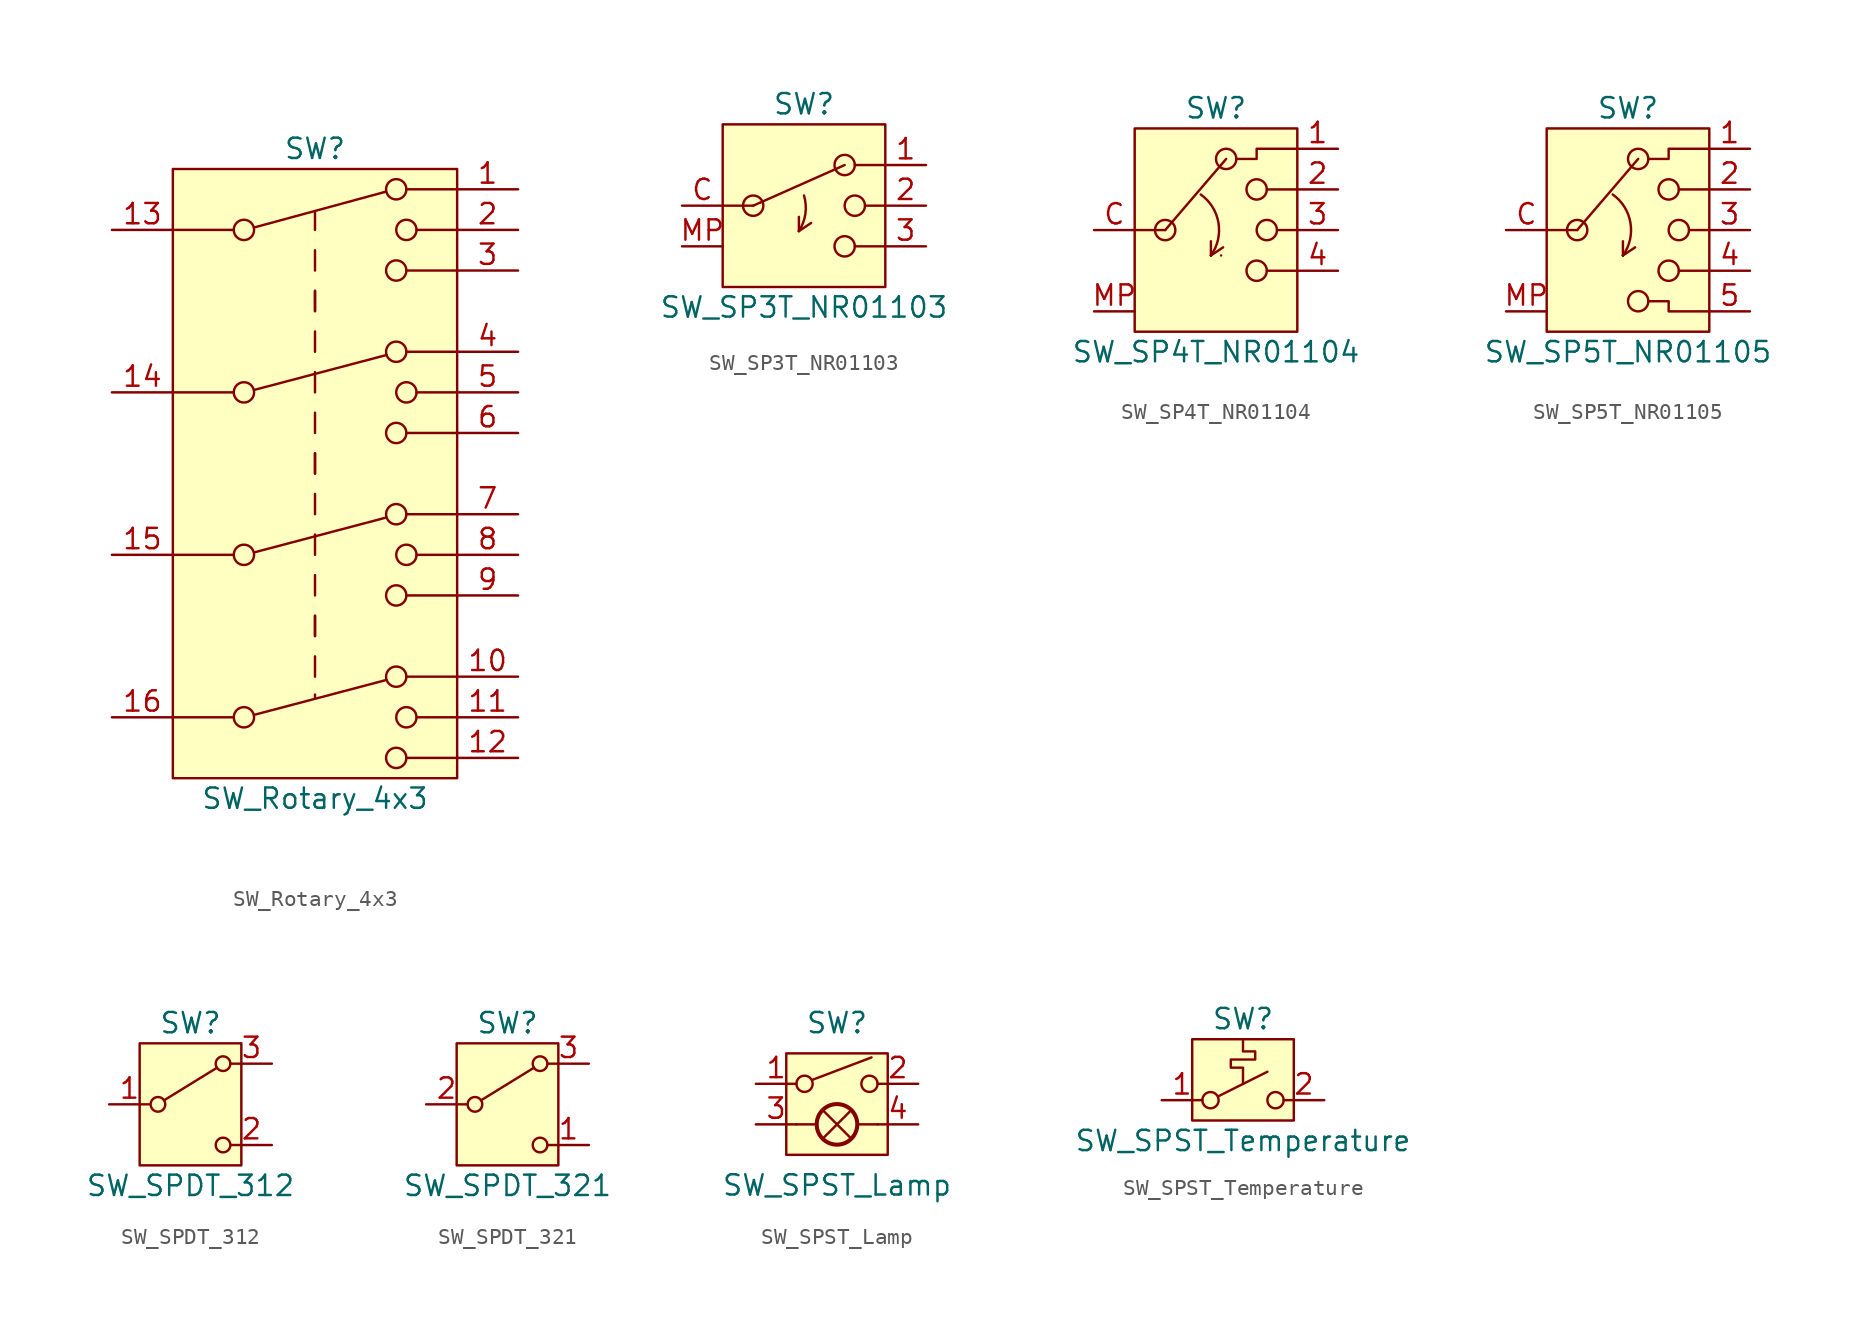
<source format=kicad_sym>
(kicad_symbol_lib
  (version 20220914)
  (generator kicad_symbol_editor)
  (symbol "SW_Rotary_4x3"
    (pin_names
      (offset 1.016) hide)
    (property "Reference" "SW"
      (at 0 20.32 0)
      (effects (font (size 1.27 1.27))))
    (property "Value" "SW_Rotary_4x3"
      (at 0 -20.32 0)
      (effects (font (size 1.27 1.27))))
    (symbol "SW_Rotary_4x3_0_0"
      (circle (center -4.445 -15.24) (radius 0.635) (stroke (width 0) (type default)) (fill (type none)))
      (circle (center -4.445 -5.08) (radius 0.635) (stroke (width 0) (type default)) (fill (type none)))
      (circle (center -4.445 5.08) (radius 0.635) (stroke (width 0) (type default)) (fill (type none)))
      (circle (center -4.445 15.24) (radius 0.635) (stroke (width 0) (type default)) (fill (type none)))
      (polyline (pts (xy -3.81 -15.088) (xy 4.47 -12.903)) (stroke (width 0) (type default)) (fill (type none)))
      (polyline (pts (xy -3.81 -4.928) (xy 4.47 -2.743)) (stroke (width 0) (type default)) (fill (type none)))
      (polyline (pts (xy -3.81 5.232) (xy 4.47 7.417)) (stroke (width 0) (type default)) (fill (type none)))
      (polyline (pts (xy -3.81 15.392) (xy 4.42 17.628)) (stroke (width 0) (type default)) (fill (type none)))
      (polyline (pts (xy 0 -14.072) (xy 0 -13.818)) (stroke (width 0) (type default)) (fill (type none)))
      (polyline (pts (xy 0 -12.7) (xy 0 -11.43)) (stroke (width 0) (type default)) (fill (type none)))
      (polyline (pts (xy 0 -10.16) (xy 0 -8.89)) (stroke (width 0) (type default)) (fill (type none)))
      (polyline (pts (xy 0 -10.16) (xy 0 -8.89)) (stroke (width 0) (type default)) (fill (type none)))
      (polyline (pts (xy 0 -7.62) (xy 0 -6.35)) (stroke (width 0) (type default)) (fill (type none)))
      (polyline (pts (xy 0 -5.08) (xy 0 -3.81)) (stroke (width 0) (type default)) (fill (type none)))
      (polyline (pts (xy 0 -2.54) (xy 0 -1.27)) (stroke (width 0) (type default)) (fill (type none)))
      (polyline (pts (xy 0 0) (xy 0 1.27)) (stroke (width 0) (type default)) (fill (type none)))
      (polyline (pts (xy 0 0) (xy 0 1.27)) (stroke (width 0) (type default)) (fill (type none)))
      (polyline (pts (xy 0 2.54) (xy 0 3.81)) (stroke (width 0) (type default)) (fill (type none)))
      (polyline (pts (xy 0 5.08) (xy 0 6.35)) (stroke (width 0) (type default)) (fill (type none)))
      (polyline (pts (xy 0 7.62) (xy 0 8.89)) (stroke (width 0) (type default)) (fill (type none)))
      (polyline (pts (xy 0 10.16) (xy 0 11.43)) (stroke (width 0) (type default)) (fill (type none)))
      (polyline (pts (xy 0 10.16) (xy 0 11.43)) (stroke (width 0) (type default)) (fill (type none)))
      (polyline (pts (xy 0 12.7) (xy 0 13.97)) (stroke (width 0) (type default)) (fill (type none)))
      (polyline (pts (xy 0 15.24) (xy 0 16.408)) (stroke (width 0) (type default)) (fill (type none)))
      (polyline (pts (xy 5.715 -17.78) (xy 8.89 -17.78)) (stroke (width 0) (type default)) (fill (type none)))
      (polyline (pts (xy 5.715 -12.7) (xy 8.89 -12.7)) (stroke (width 0) (type default)) (fill (type none)))
      (polyline (pts (xy 5.715 -7.62) (xy 8.89 -7.62)) (stroke (width 0) (type default)) (fill (type none)))
      (polyline (pts (xy 5.715 -2.54) (xy 8.89 -2.54)) (stroke (width 0) (type default)) (fill (type none)))
      (polyline (pts (xy 5.715 2.54) (xy 8.89 2.54)) (stroke (width 0) (type default)) (fill (type none)))
      (polyline (pts (xy 5.715 7.62) (xy 8.89 7.62)) (stroke (width 0) (type default)) (fill (type none)))
      (polyline (pts (xy 5.715 12.7) (xy 8.89 12.7)) (stroke (width 0) (type default)) (fill (type none)))
      (polyline (pts (xy 5.715 17.78) (xy 8.89 17.78)) (stroke (width 0) (type default)) (fill (type none)))
      (polyline (pts (xy 6.35 -15.24) (xy 8.89 -15.24)) (stroke (width 0) (type default)) (fill (type none)))
      (polyline (pts (xy 6.35 -5.08) (xy 8.89 -5.08)) (stroke (width 0) (type default)) (fill (type none)))
      (polyline (pts (xy 6.35 5.08) (xy 8.89 5.08)) (stroke (width 0) (type default)) (fill (type none)))
      (polyline (pts (xy 6.35 15.24) (xy 8.89 15.24)) (stroke (width 0) (type default)) (fill (type none)))
      (circle (center 5.08 -17.78) (radius 0.635) (stroke (width 0) (type default)) (fill (type none)))
      (circle (center 5.08 -12.7) (radius 0.635) (stroke (width 0) (type default)) (fill (type none)))
      (circle (center 5.08 -7.62) (radius 0.635) (stroke (width 0) (type default)) (fill (type none)))
      (circle (center 5.08 -2.54) (radius 0.635) (stroke (width 0) (type default)) (fill (type none)))
      (circle (center 5.08 2.54) (radius 0.635) (stroke (width 0) (type default)) (fill (type none)))
      (circle (center 5.08 7.62) (radius 0.635) (stroke (width 0) (type default)) (fill (type none)))
      (circle (center 5.08 12.7) (radius 0.635) (stroke (width 0) (type default)) (fill (type none)))
      (circle (center 5.08 17.78) (radius 0.635) (stroke (width 0) (type default)) (fill (type none)))
      (circle (center 5.715 -15.24) (radius 0.635) (stroke (width 0) (type default)) (fill (type none)))
      (circle (center 5.715 -5.08) (radius 0.635) (stroke (width 0) (type default)) (fill (type none)))
      (circle (center 5.715 5.08) (radius 0.635) (stroke (width 0) (type default)) (fill (type none)))
      (circle (center 5.715 15.24) (radius 0.635) (stroke (width 0) (type default)) (fill (type none))))
    (symbol "SW_Rotary_4x3_0_1"
      (polyline (pts (xy -5.08 -15.24) (xy -8.89 -15.24)) (stroke (width 0) (type default)) (fill (type none)))
      (polyline (pts (xy -5.08 -5.08) (xy -8.89 -5.08)) (stroke (width 0) (type default)) (fill (type none)))
      (polyline (pts (xy -5.08 5.08) (xy -8.89 5.08)) (stroke (width 0) (type default)) (fill (type none)))
      (polyline (pts (xy -5.08 15.24) (xy -8.89 15.24)) (stroke (width 0) (type default)) (fill (type none))))
    (symbol "SW_Rotary_4x3_1_1"
      (rectangle (start -8.89 19.05) (end 8.89 -19.05) (stroke (width 0) (type default)) (fill (type background)))
      (pin passive line (at 12.7 17.78 180) (length 3.81) (name "1" (effects (font (size 1.27 1.27)))) (number "1" (effects (font (size 1.27 1.27)))))
      (pin passive line (at 12.7 -12.7 180) (length 3.81) (name "10" (effects (font (size 1.27 1.27)))) (number "10" (effects (font (size 1.27 1.27)))))
      (pin passive line (at 12.7 -15.24 180) (length 3.81) (name "11" (effects (font (size 1.27 1.27)))) (number "11" (effects (font (size 1.27 1.27)))))
      (pin passive line (at 12.7 -17.78 180) (length 3.81) (name "12" (effects (font (size 1.27 1.27)))) (number "12" (effects (font (size 1.27 1.27)))))
      (pin passive line (at -12.7 15.24 0) (length 3.81) (name "13" (effects (font (size 1.27 1.27)))) (number "13" (effects (font (size 1.27 1.27)))))
      (pin passive line (at -12.7 5.08 0) (length 3.81) (name "14" (effects (font (size 1.27 1.27)))) (number "14" (effects (font (size 1.27 1.27)))))
      (pin passive line (at -12.7 -5.08 0) (length 3.81) (name "15" (effects (font (size 1.27 1.27)))) (number "15" (effects (font (size 1.27 1.27)))))
      (pin passive line (at -12.7 -15.24 0) (length 3.81) (name "16" (effects (font (size 1.27 1.27)))) (number "16" (effects (font (size 1.27 1.27)))))
      (pin passive line (at 12.7 15.24 180) (length 3.81) (name "2" (effects (font (size 1.27 1.27)))) (number "2" (effects (font (size 1.27 1.27)))))
      (pin passive line (at 12.7 12.7 180) (length 3.81) (name "3" (effects (font (size 1.27 1.27)))) (number "3" (effects (font (size 1.27 1.27)))))
      (pin passive line (at 12.7 7.62 180) (length 3.81) (name "4" (effects (font (size 1.27 1.27)))) (number "4" (effects (font (size 1.27 1.27)))))
      (pin passive line (at 12.7 5.08 180) (length 3.81) (name "5" (effects (font (size 1.27 1.27)))) (number "5" (effects (font (size 1.27 1.27)))))
      (pin passive line (at 12.7 2.54 180) (length 3.81) (name "6" (effects (font (size 1.27 1.27)))) (number "6" (effects (font (size 1.27 1.27)))))
      (pin passive line (at 12.7 -2.54 180) (length 3.81) (name "7" (effects (font (size 1.27 1.27)))) (number "7" (effects (font (size 1.27 1.27)))))
      (pin passive line (at 12.7 -5.08 180) (length 3.81) (name "8" (effects (font (size 1.27 1.27)))) (number "8" (effects (font (size 1.27 1.27)))))
      (pin passive line (at 12.7 -7.62 180) (length 3.81) (name "9" (effects (font (size 1.27 1.27)))) (number "9" (effects (font (size 1.27 1.27)))))))
  (symbol "SW_SP3T_NR01103"
    (pin_names hide)
    (property "Reference" "SW"
      (at 0 6.35 0)
      (effects (font (size 1.27 1.27))))
    (property "Value" "SW_SP3T_NR01103"
      (at 0 -6.35 0)
      (effects (font (size 1.27 1.27))))
    (symbol "SW_SP3T_NR01103_0_1"
      (circle (center -3.175 0) (radius 0.635) (stroke (width 0) (type default)) (fill (type none)))
      (arc (start -0.3176 -1.5875) (mid 0.0861 -0.5113) (end 0 0.635) (stroke (width 0) (type default)) (fill (type none)))
      (polyline (pts (xy -5.08 0) (xy -3.175 0)) (stroke (width 0) (type default)) (fill (type none)))
      (polyline (pts (xy -3.175 0) (xy 2.54 2.54)) (stroke (width 0) (type default)) (fill (type none)))
      (polyline (pts (xy -0.318 -1.587) (xy -0.318 -1.587)) (stroke (width 0) (type default)) (fill (type none)))
      (polyline (pts (xy -0.318 -1.587) (xy -0.318 -0.699)) (stroke (width 0) (type default)) (fill (type none)))
      (polyline (pts (xy -0.318 -1.587) (xy 0.444 -1.079)) (stroke (width 0) (type default)) (fill (type none)))
      (polyline (pts (xy 5.08 -2.54) (xy 3.175 -2.54)) (stroke (width 0) (type default)) (fill (type none)))
      (polyline (pts (xy 5.08 0) (xy 3.81 0)) (stroke (width 0) (type default)) (fill (type none)))
      (polyline (pts (xy 5.08 2.54) (xy 3.175 2.54)) (stroke (width 0) (type default)) (fill (type none)))
      (circle (center 2.54 -2.54) (radius 0.635) (stroke (width 0) (type default)) (fill (type none)))
      (circle (center 2.54 2.54) (radius 0.635) (stroke (width 0) (type default)) (fill (type none)))
      (circle (center 3.175 0) (radius 0.635) (stroke (width 0) (type default)) (fill (type none))))
    (symbol "SW_SP3T_NR01103_1_1"
      (rectangle (start -5.08 5.08) (end 5.08 -5.08) (stroke (width 0) (type default)) (fill (type background)))
      (pin passive line (at 7.62 2.54 180) (length 2.54) (name "1" (effects (font (size 1.27 1.27)))) (number "1" (effects (font (size 1.27 1.27)))))
      (pin passive line (at 7.62 0 180) (length 2.54) (name "2" (effects (font (size 1.27 1.27)))) (number "2" (effects (font (size 1.27 1.27)))))
      (pin passive line (at 7.62 -2.54 180) (length 2.54) (name "3" (effects (font (size 1.27 1.27)))) (number "3" (effects (font (size 1.27 1.27)))))
      (pin no_connect line (at -2.54 5.08 270) (length 0) hide (name "" (effects (font (size 1.27 1.27)))) (number "4" (effects (font (size 1.27 1.27)))))
      (pin no_connect line (at 2.54 5.08 270) (length 0) hide (name "" (effects (font (size 1.27 1.27)))) (number "5" (effects (font (size 1.27 1.27)))))
      (pin passive line (at -7.62 0 0) (length 2.54) (name "Common" (effects (font (size 1.27 1.27)))) (number "C" (effects (font (size 1.27 1.27)))))
      (pin passive line (at -7.62 -2.54 0) (length 2.54) (name "MP" (effects (font (size 1.27 1.27)))) (number "MP" (effects (font (size 1.27 1.27)))))))
  (symbol "SW_SP4T_NR01104"
    (pin_names hide)
    (property "Reference" "SW"
      (at 0 7.62 0)
      (effects (font (size 1.27 1.27))))
    (property "Value" "SW_SP4T_NR01104"
      (at 0 -7.62 0)
      (effects (font (size 1.27 1.27))))
    (symbol "SW_SP4T_NR01104_0_1"
      (circle (center -3.175 0) (radius 0.635) (stroke (width 0) (type default)) (fill (type none)))
      (arc (start -0.3176 -1.5875) (mid 0.154 0.449) (end -0.9526 2.2225) (stroke (width 0) (type default)) (fill (type none)))
      (polyline (pts (xy -5.08 0) (xy -3.175 0)) (stroke (width 0) (type default)) (fill (type none)))
      (polyline (pts (xy -3.175 0) (xy 0.635 4.445)) (stroke (width 0) (type default)) (fill (type none)))
      (polyline (pts (xy -0.318 -1.587) (xy -0.318 -1.587)) (stroke (width 0) (type default)) (fill (type none)))
      (polyline (pts (xy -0.318 -1.587) (xy -0.318 -0.699)) (stroke (width 0) (type default)) (fill (type none)))
      (polyline (pts (xy -0.318 -1.587) (xy 0.444 -1.079)) (stroke (width 0) (type default)) (fill (type none)))
      (polyline (pts (xy 0.317 -1.587) (xy 0.317 -1.587)) (stroke (width 0) (type default)) (fill (type none)))
      (polyline (pts (xy 5.08 -2.54) (xy 3.175 -2.54)) (stroke (width 0) (type default)) (fill (type none)))
      (polyline (pts (xy 5.08 0) (xy 3.81 0)) (stroke (width 0) (type default)) (fill (type none)))
      (polyline (pts (xy 5.08 2.54) (xy 3.175 2.54)) (stroke (width 0) (type default)) (fill (type none)))
      (polyline (pts (xy 5.08 5.08) (xy 2.54 5.08) (xy 2.54 4.445) (xy 1.27 4.445)) (stroke (width 0) (type default)) (fill (type none)))
      (circle (center 0.635 4.445) (radius 0.635) (stroke (width 0) (type default)) (fill (type none)))
      (circle (center 2.54 -2.54) (radius 0.635) (stroke (width 0) (type default)) (fill (type none)))
      (circle (center 2.54 2.54) (radius 0.635) (stroke (width 0) (type default)) (fill (type none)))
      (circle (center 3.175 0) (radius 0.635) (stroke (width 0) (type default)) (fill (type none))))
    (symbol "SW_SP4T_NR01104_1_1"
      (polyline (pts (xy -5.08 6.35) (xy 5.08 6.35) (xy 5.08 -6.35) (xy -5.08 -6.35) (xy -5.08 6.35) (xy -5.08 6.35)) (stroke (width 0) (type default)) (fill (type background)))
      (pin passive line (at 7.62 5.08 180) (length 2.54) (name "1" (effects (font (size 1.27 1.27)))) (number "1" (effects (font (size 1.27 1.27)))))
      (pin passive line (at 7.62 2.54 180) (length 2.54) (name "2" (effects (font (size 1.27 1.27)))) (number "2" (effects (font (size 1.27 1.27)))))
      (pin passive line (at 7.62 0 180) (length 2.54) (name "3" (effects (font (size 1.27 1.27)))) (number "3" (effects (font (size 1.27 1.27)))))
      (pin passive line (at 7.62 -2.54 180) (length 2.54) (name "4" (effects (font (size 1.27 1.27)))) (number "4" (effects (font (size 1.27 1.27)))))
      (pin no_connect line (at 5.08 -5.08 180) (length 0) hide (name "" (effects (font (size 1.27 1.27)))) (number "5" (effects (font (size 1.27 1.27)))))
      (pin passive line (at -7.62 0 0) (length 2.54) (name "Common" (effects (font (size 1.27 1.27)))) (number "C" (effects (font (size 1.27 1.27)))))
      (pin passive line (at -7.62 -5.08 0) (length 2.54) (name "MP" (effects (font (size 1.27 1.27)))) (number "MP" (effects (font (size 1.27 1.27)))))))
  (symbol "SW_SP5T_NR01105"
    (pin_names hide)
    (property "Reference" "SW"
      (at 0 7.62 0)
      (effects (font (size 1.27 1.27))))
    (property "Value" "SW_SP5T_NR01105"
      (at 0 -7.62 0)
      (effects (font (size 1.27 1.27))))
    (symbol "SW_SP5T_NR01105_0_1"
      (circle (center -3.175 0) (radius 0.635) (stroke (width 0) (type default)) (fill (type none)))
      (arc (start -0.3176 -1.5875) (mid 0.154 0.449) (end -0.9526 2.2225) (stroke (width 0) (type default)) (fill (type none)))
      (polyline (pts (xy -5.08 0) (xy -3.175 0)) (stroke (width 0) (type default)) (fill (type none)))
      (polyline (pts (xy -3.175 0) (xy 0.635 4.445)) (stroke (width 0) (type default)) (fill (type none)))
      (polyline (pts (xy -0.318 -1.587) (xy -0.318 -1.587)) (stroke (width 0) (type default)) (fill (type none)))
      (polyline (pts (xy -0.318 -1.587) (xy -0.318 -0.699)) (stroke (width 0) (type default)) (fill (type none)))
      (polyline (pts (xy -0.318 -1.587) (xy 0.444 -1.079)) (stroke (width 0) (type default)) (fill (type none)))
      (polyline (pts (xy 5.08 -2.54) (xy 3.175 -2.54)) (stroke (width 0) (type default)) (fill (type none)))
      (polyline (pts (xy 5.08 0) (xy 3.81 0)) (stroke (width 0) (type default)) (fill (type none)))
      (polyline (pts (xy 5.08 2.54) (xy 3.175 2.54)) (stroke (width 0) (type default)) (fill (type none)))
      (polyline (pts (xy 5.08 -5.08) (xy 2.54 -5.08) (xy 2.54 -4.445) (xy 1.27 -4.445)) (stroke (width 0) (type default)) (fill (type none)))
      (polyline (pts (xy 5.08 5.08) (xy 2.54 5.08) (xy 2.54 4.445) (xy 1.27 4.445)) (stroke (width 0) (type default)) (fill (type none)))
      (circle (center 0.635 -4.445) (radius 0.635) (stroke (width 0) (type default)) (fill (type none)))
      (circle (center 0.635 4.445) (radius 0.635) (stroke (width 0) (type default)) (fill (type none)))
      (circle (center 2.54 -2.54) (radius 0.635) (stroke (width 0) (type default)) (fill (type none)))
      (circle (center 2.54 2.54) (radius 0.635) (stroke (width 0) (type default)) (fill (type none)))
      (circle (center 3.175 0) (radius 0.635) (stroke (width 0) (type default)) (fill (type none))))
    (symbol "SW_SP5T_NR01105_1_1"
      (polyline (pts (xy -5.08 6.35) (xy 5.08 6.35) (xy 5.08 -6.35) (xy -5.08 -6.35) (xy -5.08 6.35) (xy -5.08 6.35)) (stroke (width 0) (type default)) (fill (type background)))
      (pin passive line (at 7.62 5.08 180) (length 2.54) (name "1" (effects (font (size 1.27 1.27)))) (number "1" (effects (font (size 1.27 1.27)))))
      (pin passive line (at 7.62 2.54 180) (length 2.54) (name "2" (effects (font (size 1.27 1.27)))) (number "2" (effects (font (size 1.27 1.27)))))
      (pin passive line (at 7.62 0 180) (length 2.54) (name "3" (effects (font (size 1.27 1.27)))) (number "3" (effects (font (size 1.27 1.27)))))
      (pin passive line (at 7.62 -2.54 180) (length 2.54) (name "4" (effects (font (size 1.27 1.27)))) (number "4" (effects (font (size 1.27 1.27)))))
      (pin passive line (at 7.62 -5.08 180) (length 2.54) (name "5" (effects (font (size 1.27 1.27)))) (number "5" (effects (font (size 1.27 1.27)))))
      (pin passive line (at -7.62 0 0) (length 2.54) (name "Common" (effects (font (size 1.27 1.27)))) (number "C" (effects (font (size 1.27 1.27)))))
      (pin passive line (at -7.62 -5.08 0) (length 2.54) (name "MP" (effects (font (size 1.27 1.27)))) (number "MP" (effects (font (size 1.27 1.27)))))))
  (symbol "SW_SPDT_312"
    (pin_names
      (offset 1) hide)
    (property "Reference" "SW"
      (at 0 5.08 0)
      (effects (font (size 1.27 1.27))))
    (property "Value" "SW_SPDT_312"
      (at 0 -5.08 0)
      (effects (font (size 1.27 1.27))))
    (symbol "SW_SPDT_312_0_1"
      (circle (center -2.032 0) (radius 0.457) (stroke (width 0) (type default)) (fill (type none)))
      (polyline (pts (xy -1.651 0.254) (xy 1.651 2.286)) (stroke (width 0) (type default)) (fill (type none)))
      (circle (center 2.032 -2.54) (radius 0.457) (stroke (width 0) (type default)) (fill (type none)))
      (circle (center 2.032 2.54) (radius 0.457) (stroke (width 0) (type default)) (fill (type none))))
    (symbol "SW_SPDT_312_1_1"
      (rectangle (start -3.175 3.81) (end 3.175 -3.81) (stroke (width 0) (type default)) (fill (type background)))
      (pin passive line (at -5.08 0 0) (length 2.54) (name "B" (effects (font (size 1.27 1.27)))) (number "1" (effects (font (size 1.27 1.27)))))
      (pin passive line (at 5.08 -2.54 180) (length 2.54) (name "C" (effects (font (size 1.27 1.27)))) (number "2" (effects (font (size 1.27 1.27)))))
      (pin passive line (at 5.08 2.54 180) (length 2.54) (name "A" (effects (font (size 1.27 1.27)))) (number "3" (effects (font (size 1.27 1.27)))))))
  (symbol "SW_SPDT_321"
    (pin_names
      (offset 1) hide)
    (property "Reference" "SW"
      (at 0 5.08 0)
      (effects (font (size 1.27 1.27))))
    (property "Value" "SW_SPDT_321"
      (at 0 -5.08 0)
      (effects (font (size 1.27 1.27))))
    (symbol "SW_SPDT_321_0_1"
      (circle (center -2.032 0) (radius 0.457) (stroke (width 0) (type default)) (fill (type none)))
      (polyline (pts (xy -1.651 0.254) (xy 1.651 2.286)) (stroke (width 0) (type default)) (fill (type none)))
      (circle (center 2.032 -2.54) (radius 0.457) (stroke (width 0) (type default)) (fill (type none)))
      (circle (center 2.032 2.54) (radius 0.457) (stroke (width 0) (type default)) (fill (type none))))
    (symbol "SW_SPDT_321_1_1"
      (rectangle (start -3.175 3.81) (end 3.175 -3.81) (stroke (width 0) (type default)) (fill (type background)))
      (pin passive line (at 5.08 -2.54 180) (length 2.54) (name "C" (effects (font (size 1.27 1.27)))) (number "1" (effects (font (size 1.27 1.27)))))
      (pin passive line (at -5.08 0 0) (length 2.54) (name "B" (effects (font (size 1.27 1.27)))) (number "2" (effects (font (size 1.27 1.27)))))
      (pin passive line (at 5.08 2.54 180) (length 2.54) (name "A" (effects (font (size 1.27 1.27)))) (number "3" (effects (font (size 1.27 1.27)))))))
  (symbol "SW_SPST_Lamp"
    (pin_names
      (offset 1.016) hide)
    (property "Reference" "SW"
      (at 0 6.35 0)
      (effects (font (size 1.27 1.27))))
    (property "Value" "SW_SPST_Lamp"
      (at 0 -3.81 0)
      (effects (font (size 1.27 1.27))))
    (symbol "SW_SPST_Lamp_0_1"
      (circle (center -2.032 2.54) (radius 0.508) (stroke (width 0) (type default)) (fill (type none)))
      (polyline (pts (xy -2.54 0) (xy -1.27 0)) (stroke (width 0) (type default)) (fill (type none)))
      (polyline (pts (xy -1.524 2.794) (xy 2.159 4.191)) (stroke (width 0) (type default)) (fill (type none)))
      (polyline (pts (xy -0.889 -0.889) (xy 0.889 0.889)) (stroke (width 0) (type default)) (fill (type none)))
      (polyline (pts (xy 0.889 -0.889) (xy -0.889 0.889)) (stroke (width 0) (type default)) (fill (type none)))
      (polyline (pts (xy 2.54 0) (xy 1.27 0)) (stroke (width 0) (type default)) (fill (type none)))
      (circle (center 0 0) (radius 1.27) (stroke (width 0.254) (type default)) (fill (type none)))
      (circle (center 2.032 2.54) (radius 0.508) (stroke (width 0) (type default)) (fill (type none)))
      (pin passive line (at -5.08 2.54 0) (length 2.54) (name "1" (effects (font (size 1.27 1.27)))) (number "1" (effects (font (size 1.27 1.27)))))
      (pin passive line (at 5.08 2.54 180) (length 2.54) (name "2" (effects (font (size 1.27 1.27)))) (number "2" (effects (font (size 1.27 1.27)))))
      (pin passive line (at -5.08 0 0) (length 2.54) (name "L" (effects (font (size 1.27 1.27)))) (number "3" (effects (font (size 1.27 1.27)))))
      (pin passive line (at 5.08 0 180) (length 2.54) (name "L" (effects (font (size 1.27 1.27)))) (number "4" (effects (font (size 1.27 1.27))))))
    (symbol "SW_SPST_Lamp_1_1"
      (rectangle (start -3.175 4.445) (end 3.175 -1.905) (stroke (width 0) (type default)) (fill (type background)))))
  (symbol "SW_SPST_Temperature"
    (pin_names
      (offset 0) hide)
    (property "Reference" "SW"
      (at 0 5.08 0)
      (effects (font (size 1.27 1.27))))
    (property "Value" "SW_SPST_Temperature"
      (at 0 -2.54 0)
      (effects (font (size 1.27 1.27))))
    (symbol "SW_SPST_Temperature_0_0"
      (circle (center -2.032 0) (radius 0.508) (stroke (width 0) (type default)) (fill (type none)))
      (polyline (pts (xy -1.524 0.254) (xy 1.524 1.778)) (stroke (width 0) (type default)) (fill (type none)))
      (polyline (pts (xy 0 1.016) (xy 0 2.032) (xy -0.762 2.032) (xy -0.762 2.54) (xy 0.762 2.54) (xy 0.762 3.048) (xy 0 3.048) (xy 0 3.81)) (stroke (width 0) (type default)) (fill (type none)))
      (circle (center 2.032 0) (radius 0.508) (stroke (width 0) (type default)) (fill (type none))))
    (symbol "SW_SPST_Temperature_1_1"
      (rectangle (start -3.175 3.81) (end 3.175 -1.27) (stroke (width 0) (type default)) (fill (type background)))
      (pin passive line (at -5.08 0 0) (length 2.54) (name "A" (effects (font (size 1.27 1.27)))) (number "1" (effects (font (size 1.27 1.27)))))
      (pin passive line (at 5.08 0 180) (length 2.54) (name "B" (effects (font (size 1.27 1.27)))) (number "2" (effects (font (size 1.27 1.27))))))))
</source>
